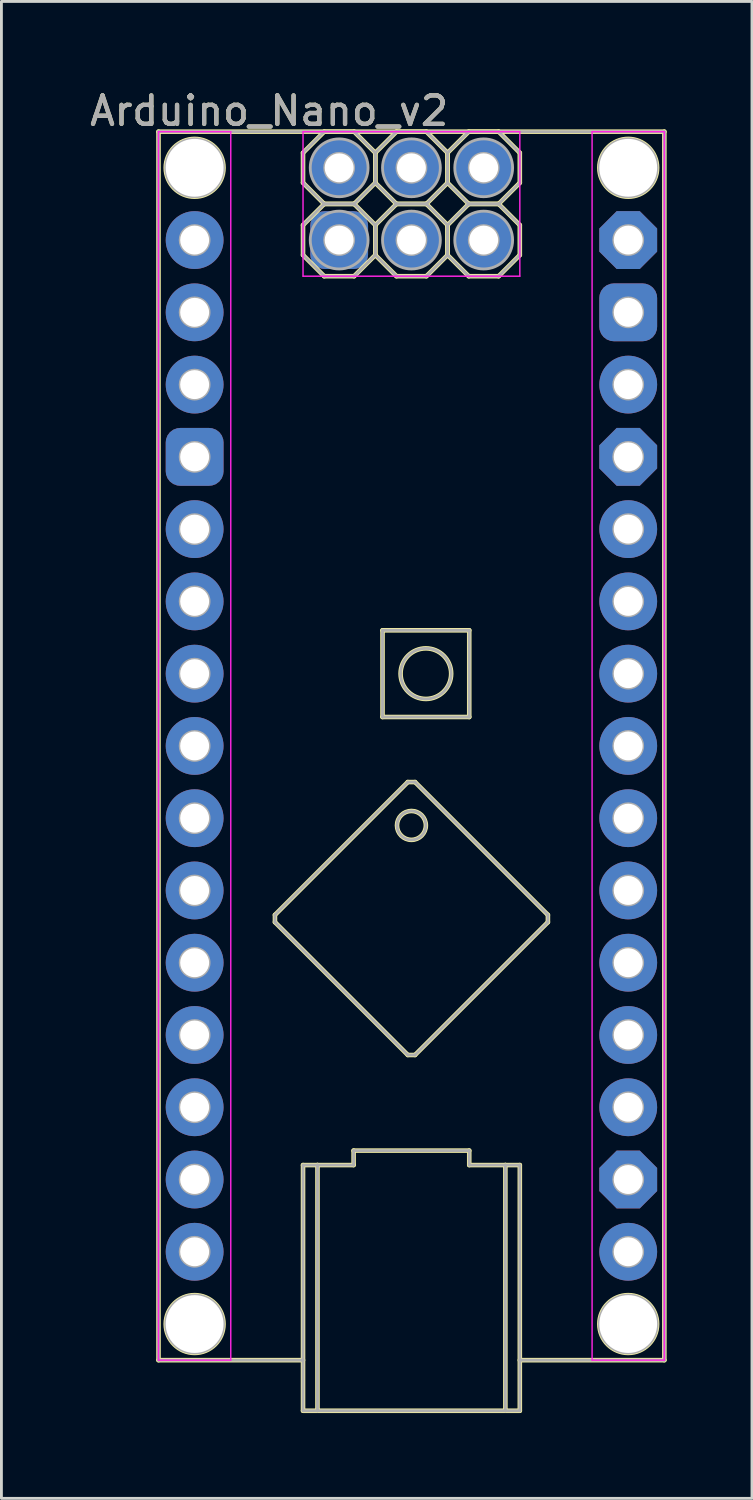
<source format=kicad_pcb>
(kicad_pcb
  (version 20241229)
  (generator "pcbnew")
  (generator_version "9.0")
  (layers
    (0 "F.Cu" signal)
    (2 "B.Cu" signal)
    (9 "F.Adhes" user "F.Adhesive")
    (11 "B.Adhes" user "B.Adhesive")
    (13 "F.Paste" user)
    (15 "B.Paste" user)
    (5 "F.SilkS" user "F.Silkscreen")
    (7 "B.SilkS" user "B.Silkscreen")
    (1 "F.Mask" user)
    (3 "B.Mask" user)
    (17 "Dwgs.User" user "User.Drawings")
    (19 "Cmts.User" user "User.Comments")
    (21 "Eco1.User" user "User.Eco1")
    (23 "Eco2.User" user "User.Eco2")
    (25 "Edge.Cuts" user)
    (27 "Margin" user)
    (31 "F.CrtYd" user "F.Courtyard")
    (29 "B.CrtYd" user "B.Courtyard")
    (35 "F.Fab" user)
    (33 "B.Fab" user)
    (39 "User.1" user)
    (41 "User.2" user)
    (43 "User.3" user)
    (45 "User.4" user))
  (footprint "Arduino_Nano_v2"
    (layer "F.Cu")
    (at 11.411 2.848)
    (property "Reference" "Arduino_Nano_v2" (at -5 -2 0) (layer "F.SilkS") (effects (font (size 1 1) (thickness 0.15))))
    (attr through_hole)
    (fp_line (start -8.89 -1.27) (end -8.89 41.91) (stroke (width 0.16) (type solid)) (layer "F.SilkS"))
    (fp_line (start -8.89 41.91) (end -3.81 41.91) (stroke (width 0.16) (type solid)) (layer "F.SilkS"))
    (fp_line (start -4.797 26.26) (end -0.127 21.59) (stroke (width 0.16) (type solid)) (layer "F.SilkS"))
    (fp_line (start -4.797 26.514) (end -4.797 26.26) (stroke (width 0.16) (type solid)) (layer "F.SilkS"))
    (fp_line (start -3.81 -0.526) (end -3.81 0.526) (stroke (width 0.16) (type solid)) (layer "F.SilkS"))
    (fp_line (start -3.81 0.526) (end -3.066 1.27) (stroke (width 0.16) (type solid)) (layer "F.SilkS"))
    (fp_line (start -3.81 2.014) (end -3.81 3.066) (stroke (width 0.16) (type solid)) (layer "F.SilkS"))
    (fp_line (start -3.81 3.066) (end -3.066 3.81) (stroke (width 0.16) (type solid)) (layer "F.SilkS"))
    (fp_line (start -3.81 35.052) (end -3.81 43.688) (stroke (width 0.16) (type solid)) (layer "F.SilkS"))
    (fp_line (start -3.302 35.052) (end -3.81 35.052) (stroke (width 0.16) (type solid)) (layer "F.SilkS"))
    (fp_line (start -3.302 35.052) (end -3.302 43.688) (stroke (width 0.16) (type solid)) (layer "F.SilkS"))
    (fp_line (start -3.302 35.052) (end -2.032 35.052) (stroke (width 0.16) (type solid)) (layer "F.SilkS"))
    (fp_line (start -3.302 43.688) (end -3.81 43.688) (stroke (width 0.16) (type solid)) (layer "F.SilkS"))
    (fp_line (start -3.066 -1.27) (end -3.81 -0.526) (stroke (width 0.16) (type solid)) (layer "F.SilkS"))
    (fp_line (start -3.066 1.27) (end -3.81 2.014) (stroke (width 0.16) (type solid)) (layer "F.SilkS"))
    (fp_line (start -3.066 1.27) (end -2.014 1.27) (stroke (width 0.16) (type solid)) (layer "F.SilkS"))
    (fp_line (start -3.066 3.81) (end -2.014 3.81) (stroke (width 0.16) (type solid)) (layer "F.SilkS"))
    (fp_line (start -2.032 34.544) (end -2.032 35.052) (stroke (width 0.16) (type solid)) (layer "F.SilkS"))
    (fp_line (start -2.032 34.544) (end 2.032 34.544) (stroke (width 0.16) (type solid)) (layer "F.SilkS"))
    (fp_line (start -2.014 -1.27) (end -3.066 -1.27) (stroke (width 0.16) (type solid)) (layer "F.SilkS"))
    (fp_line (start -2.014 1.27) (end -3.066 1.27) (stroke (width 0.16) (type solid)) (layer "F.SilkS"))
    (fp_line (start -2.014 1.27) (end -1.27 0.526) (stroke (width 0.16) (type solid)) (layer "F.SilkS"))
    (fp_line (start -2.014 3.81) (end -1.27 3.066) (stroke (width 0.16) (type solid)) (layer "F.SilkS"))
    (fp_line (start -1.27 -0.526) (end -2.014 -1.27) (stroke (width 0.16) (type solid)) (layer "F.SilkS"))
    (fp_line (start -1.27 -0.526) (end -1.27 0.526) (stroke (width 0.16) (type solid)) (layer "F.SilkS"))
    (fp_line (start -1.27 0.526) (end -1.27 -0.526) (stroke (width 0.16) (type solid)) (layer "F.SilkS"))
    (fp_line (start -1.27 0.526) (end -0.526 1.27) (stroke (width 0.16) (type solid)) (layer "F.SilkS"))
    (fp_line (start -1.27 2.014) (end -2.014 1.27) (stroke (width 0.16) (type solid)) (layer "F.SilkS"))
    (fp_line (start -1.27 2.014) (end -1.27 3.066) (stroke (width 0.16) (type solid)) (layer "F.SilkS"))
    (fp_line (start -1.27 3.066) (end -1.27 2.014) (stroke (width 0.16) (type solid)) (layer "F.SilkS"))
    (fp_line (start -1.27 3.066) (end -0.526 3.81) (stroke (width 0.16) (type solid)) (layer "F.SilkS"))
    (fp_line (start -1.016 16.256) (end -1.016 19.304) (stroke (width 0.16) (type solid)) (layer "F.SilkS"))
    (fp_line (start -1.016 19.304) (end 2.032 19.304) (stroke (width 0.16) (type solid)) (layer "F.SilkS"))
    (fp_line (start -0.526 -1.27) (end -1.27 -0.526) (stroke (width 0.16) (type solid)) (layer "F.SilkS"))
    (fp_line (start -0.526 1.27) (end -1.27 2.014) (stroke (width 0.16) (type solid)) (layer "F.SilkS"))
    (fp_line (start -0.526 1.27) (end 0.526 1.27) (stroke (width 0.16) (type solid)) (layer "F.SilkS"))
    (fp_line (start -0.526 3.81) (end 0.526 3.81) (stroke (width 0.16) (type solid)) (layer "F.SilkS"))
    (fp_line (start -0.127 21.59) (end 0.127 21.59) (stroke (width 0.16) (type solid)) (layer "F.SilkS"))
    (fp_line (start -0.127 31.183) (end -4.797 26.514) (stroke (width 0.16) (type solid)) (layer "F.SilkS"))
    (fp_line (start 0.127 21.59) (end 4.797 26.26) (stroke (width 0.16) (type solid)) (layer "F.SilkS"))
    (fp_line (start 0.127 31.183) (end -0.127 31.183) (stroke (width 0.16) (type solid)) (layer "F.SilkS"))
    (fp_line (start 0.526 -1.27) (end -0.526 -1.27) (stroke (width 0.16) (type solid)) (layer "F.SilkS"))
    (fp_line (start 0.526 1.27) (end -0.526 1.27) (stroke (width 0.16) (type solid)) (layer "F.SilkS"))
    (fp_line (start 0.526 1.27) (end 1.27 0.526) (stroke (width 0.16) (type solid)) (layer "F.SilkS"))
    (fp_line (start 0.526 3.81) (end 1.27 3.066) (stroke (width 0.16) (type solid)) (layer "F.SilkS"))
    (fp_line (start 1.27 -0.526) (end 0.526 -1.27) (stroke (width 0.16) (type solid)) (layer "F.SilkS"))
    (fp_line (start 1.27 -0.526) (end 1.27 0.526) (stroke (width 0.16) (type solid)) (layer "F.SilkS"))
    (fp_line (start 1.27 0.526) (end 1.27 -0.526) (stroke (width 0.16) (type solid)) (layer "F.SilkS"))
    (fp_line (start 1.27 0.526) (end 2.014 1.27) (stroke (width 0.16) (type solid)) (layer "F.SilkS"))
    (fp_line (start 1.27 2.014) (end 0.526 1.27) (stroke (width 0.16) (type solid)) (layer "F.SilkS"))
    (fp_line (start 1.27 2.014) (end 1.27 3.066) (stroke (width 0.16) (type solid)) (layer "F.SilkS"))
    (fp_line (start 1.27 3.066) (end 1.27 2.014) (stroke (width 0.16) (type solid)) (layer "F.SilkS"))
    (fp_line (start 1.27 3.066) (end 2.014 3.81) (stroke (width 0.16) (type solid)) (layer "F.SilkS"))
    (fp_line (start 2.014 -1.27) (end 1.27 -0.526) (stroke (width 0.16) (type solid)) (layer "F.SilkS"))
    (fp_line (start 2.014 1.27) (end 1.27 2.014) (stroke (width 0.16) (type solid)) (layer "F.SilkS"))
    (fp_line (start 2.014 1.27) (end 3.066 1.27) (stroke (width 0.16) (type solid)) (layer "F.SilkS"))
    (fp_line (start 2.014 3.81) (end 3.066 3.81) (stroke (width 0.16) (type solid)) (layer "F.SilkS"))
    (fp_line (start 2.032 16.256) (end -1.016 16.256) (stroke (width 0.16) (type solid)) (layer "F.SilkS"))
    (fp_line (start 2.032 19.304) (end 2.032 16.256) (stroke (width 0.16) (type solid)) (layer "F.SilkS"))
    (fp_line (start 2.032 34.544) (end 2.032 35.052) (stroke (width 0.16) (type solid)) (layer "F.SilkS"))
    (fp_line (start 3.066 -1.27) (end 2.014 -1.27) (stroke (width 0.16) (type solid)) (layer "F.SilkS"))
    (fp_line (start 3.066 1.27) (end 2.014 1.27) (stroke (width 0.16) (type solid)) (layer "F.SilkS"))
    (fp_line (start 3.066 1.27) (end 3.81 0.526) (stroke (width 0.16) (type solid)) (layer "F.SilkS"))
    (fp_line (start 3.066 3.81) (end 3.81 3.066) (stroke (width 0.16) (type solid)) (layer "F.SilkS"))
    (fp_line (start 3.302 35.052) (end 2.032 35.052) (stroke (width 0.16) (type solid)) (layer "F.SilkS"))
    (fp_line (start 3.302 35.052) (end 3.302 43.688) (stroke (width 0.16) (type solid)) (layer "F.SilkS"))
    (fp_line (start 3.302 35.052) (end 3.81 35.052) (stroke (width 0.16) (type solid)) (layer "F.SilkS"))
    (fp_line (start 3.302 43.688) (end -3.302 43.688) (stroke (width 0.16) (type solid)) (layer "F.SilkS"))
    (fp_line (start 3.81 -0.526) (end 3.066 -1.27) (stroke (width 0.16) (type solid)) (layer "F.SilkS"))
    (fp_line (start 3.81 0.526) (end 3.81 -0.526) (stroke (width 0.16) (type solid)) (layer "F.SilkS"))
    (fp_line (start 3.81 2.014) (end 3.066 1.27) (stroke (width 0.16) (type solid)) (layer "F.SilkS"))
    (fp_line (start 3.81 3.066) (end 3.81 2.014) (stroke (width 0.16) (type solid)) (layer "F.SilkS"))
    (fp_line (start 3.81 35.052) (end 3.81 43.688) (stroke (width 0.16) (type solid)) (layer "F.SilkS"))
    (fp_line (start 3.81 41.91) (end 8.89 41.91) (stroke (width 0.16) (type solid)) (layer "F.SilkS"))
    (fp_line (start 3.81 43.688) (end 3.302 43.688) (stroke (width 0.16) (type solid)) (layer "F.SilkS"))
    (fp_line (start 4.797 26.26) (end 4.797 26.514) (stroke (width 0.16) (type solid)) (layer "F.SilkS"))
    (fp_line (start 4.797 26.514) (end 0.127 31.183) (stroke (width 0.16) (type solid)) (layer "F.SilkS"))
    (fp_line (start 8.89 -1.27) (end -8.89 -1.27) (stroke (width 0.16) (type solid)) (layer "F.SilkS"))
    (fp_line (start 8.89 41.91) (end 8.89 -1.27) (stroke (width 0.16) (type solid)) (layer "F.SilkS"))
    (fp_circle (center -7.62 0) (end -8.636 0) (stroke (width 0.16) (type solid)) (fill no) (layer "F.SilkS"))
    (fp_circle (center -7.62 40.64) (end -8.636 40.64) (stroke (width 0.16) (type solid)) (fill no) (layer "F.SilkS"))
    (fp_circle (center 0 23.114) (end -0.508 23.114) (stroke (width 0.16) (type solid)) (fill no) (layer "F.SilkS"))
    (fp_circle (center 0.508 17.78) (end -0.381 17.78) (stroke (width 0.16) (type solid)) (fill no) (layer "F.SilkS"))
    (fp_circle (center 7.62 0) (end 6.604 0) (stroke (width 0.16) (type solid)) (fill no) (layer "F.SilkS"))
    (fp_circle (center 7.62 40.64) (end 6.604 40.64) (stroke (width 0.16) (type solid)) (fill no) (layer "F.SilkS"))
    (fp_line (start -8.89 -1.27) (end -8.89 41.91) (stroke (width 0.05) (type solid)) (layer "F.CrtYd"))
    (fp_line (start -8.89 41.91) (end -6.35 41.91) (stroke (width 0.05) (type solid)) (layer "F.CrtYd"))
    (fp_line (start -6.35 -1.27) (end -8.89 -1.27) (stroke (width 0.05) (type default)) (layer "F.CrtYd"))
    (fp_line (start -6.35 -1.27) (end -6.35 41.91) (stroke (width 0.05) (type default)) (layer "F.CrtYd"))
    (fp_line (start -3.81 3.81) (end -3.81 -1.27) (stroke (width 0.05) (type default)) (layer "F.CrtYd"))
    (fp_line (start 3.81 -1.27) (end -3.81 -1.27) (stroke (width 0.05) (type solid)) (layer "F.CrtYd"))
    (fp_line (start 3.81 -1.27) (end 3.81 3.81) (stroke (width 0.05) (type default)) (layer "F.CrtYd"))
    (fp_line (start 3.81 3.81) (end -3.81 3.81) (stroke (width 0.05) (type default)) (layer "F.CrtYd"))
    (fp_line (start 6.35 -1.27) (end 8.89 -1.27) (stroke (width 0.05) (type default)) (layer "F.CrtYd"))
    (fp_line (start 6.35 41.91) (end 6.35 -1.27) (stroke (width 0.05) (type default)) (layer "F.CrtYd"))
    (fp_line (start 6.35 41.91) (end 8.89 41.91) (stroke (width 0.05) (type solid)) (layer "F.CrtYd"))
    (fp_line (start 8.89 41.91) (end 8.89 -1.27) (stroke (width 0.05) (type solid)) (layer "F.CrtYd"))
    (fp_line (start -8.89 -1.27) (end -8.89 41.91) (stroke (width 0.1) (type solid)) (layer "F.Fab"))
    (fp_line (start -8.89 41.91) (end -3.81 41.91) (stroke (width 0.1) (type solid)) (layer "F.Fab"))
    (fp_line (start -4.797 26.26) (end -0.127 21.59) (stroke (width 0.1) (type solid)) (layer "F.Fab"))
    (fp_line (start -4.797 26.514) (end -4.797 26.26) (stroke (width 0.1) (type solid)) (layer "F.Fab"))
    (fp_line (start -3.81 -0.526) (end -3.81 0.526) (stroke (width 0.1) (type solid)) (layer "F.Fab"))
    (fp_line (start -3.81 0.526) (end -3.066 1.27) (stroke (width 0.1) (type solid)) (layer "F.Fab"))
    (fp_line (start -3.81 2.014) (end -3.81 3.066) (stroke (width 0.1) (type solid)) (layer "F.Fab"))
    (fp_line (start -3.81 3.066) (end -3.066 3.81) (stroke (width 0.1) (type solid)) (layer "F.Fab"))
    (fp_line (start -3.81 35.052) (end -3.81 43.688) (stroke (width 0.1) (type solid)) (layer "F.Fab"))
    (fp_line (start -3.302 35.052) (end -3.81 35.052) (stroke (width 0.1) (type solid)) (layer "F.Fab"))
    (fp_line (start -3.302 35.052) (end -3.302 43.688) (stroke (width 0.1) (type solid)) (layer "F.Fab"))
    (fp_line (start -3.302 35.052) (end -2.032 35.052) (stroke (width 0.1) (type solid)) (layer "F.Fab"))
    (fp_line (start -3.302 43.688) (end -3.81 43.688) (stroke (width 0.1) (type solid)) (layer "F.Fab"))
    (fp_line (start -3.066 -1.27) (end -3.81 -0.526) (stroke (width 0.1) (type solid)) (layer "F.Fab"))
    (fp_line (start -3.066 1.27) (end -3.81 2.014) (stroke (width 0.1) (type solid)) (layer "F.Fab"))
    (fp_line (start -3.066 1.27) (end -2.014 1.27) (stroke (width 0.1) (type solid)) (layer "F.Fab"))
    (fp_line (start -3.066 3.81) (end -2.014 3.81) (stroke (width 0.1) (type solid)) (layer "F.Fab"))
    (fp_line (start -2.032 34.544) (end -2.032 35.052) (stroke (width 0.1) (type solid)) (layer "F.Fab"))
    (fp_line (start -2.032 34.544) (end 2.032 34.544) (stroke (width 0.1) (type solid)) (layer "F.Fab"))
    (fp_line (start -2.014 -1.27) (end -3.066 -1.27) (stroke (width 0.1) (type solid)) (layer "F.Fab"))
    (fp_line (start -2.014 1.27) (end -3.066 1.27) (stroke (width 0.1) (type solid)) (layer "F.Fab"))
    (fp_line (start -2.014 1.27) (end -1.27 0.526) (stroke (width 0.1) (type solid)) (layer "F.Fab"))
    (fp_line (start -2.014 3.81) (end -1.27 3.066) (stroke (width 0.1) (type solid)) (layer "F.Fab"))
    (fp_line (start -1.27 -0.526) (end -2.014 -1.27) (stroke (width 0.1) (type solid)) (layer "F.Fab"))
    (fp_line (start -1.27 -0.526) (end -1.27 0.526) (stroke (width 0.1) (type solid)) (layer "F.Fab"))
    (fp_line (start -1.27 0.526) (end -1.27 -0.526) (stroke (width 0.1) (type solid)) (layer "F.Fab"))
    (fp_line (start -1.27 0.526) (end -0.526 1.27) (stroke (width 0.1) (type solid)) (layer "F.Fab"))
    (fp_line (start -1.27 2.014) (end -2.014 1.27) (stroke (width 0.1) (type solid)) (layer "F.Fab"))
    (fp_line (start -1.27 2.014) (end -1.27 3.066) (stroke (width 0.1) (type solid)) (layer "F.Fab"))
    (fp_line (start -1.27 3.066) (end -1.27 2.014) (stroke (width 0.1) (type solid)) (layer "F.Fab"))
    (fp_line (start -1.27 3.066) (end -0.526 3.81) (stroke (width 0.1) (type solid)) (layer "F.Fab"))
    (fp_line (start -1.016 16.256) (end -1.016 19.304) (stroke (width 0.1) (type solid)) (layer "F.Fab"))
    (fp_line (start -1.016 19.304) (end 2.032 19.304) (stroke (width 0.1) (type solid)) (layer "F.Fab"))
    (fp_line (start -0.526 -1.27) (end -1.27 -0.526) (stroke (width 0.1) (type solid)) (layer "F.Fab"))
    (fp_line (start -0.526 1.27) (end -1.27 2.014) (stroke (width 0.1) (type solid)) (layer "F.Fab"))
    (fp_line (start -0.526 1.27) (end 0.526 1.27) (stroke (width 0.1) (type solid)) (layer "F.Fab"))
    (fp_line (start -0.526 3.81) (end 0.526 3.81) (stroke (width 0.1) (type solid)) (layer "F.Fab"))
    (fp_line (start -0.127 21.59) (end 0.127 21.59) (stroke (width 0.1) (type solid)) (layer "F.Fab"))
    (fp_line (start -0.127 31.183) (end -4.797 26.514) (stroke (width 0.1) (type solid)) (layer "F.Fab"))
    (fp_line (start 0.127 21.59) (end 4.797 26.26) (stroke (width 0.1) (type solid)) (layer "F.Fab"))
    (fp_line (start 0.127 31.183) (end -0.127 31.183) (stroke (width 0.1) (type solid)) (layer "F.Fab"))
    (fp_line (start 0.526 -1.27) (end -0.526 -1.27) (stroke (width 0.1) (type solid)) (layer "F.Fab"))
    (fp_line (start 0.526 1.27) (end -0.526 1.27) (stroke (width 0.1) (type solid)) (layer "F.Fab"))
    (fp_line (start 0.526 1.27) (end 1.27 0.526) (stroke (width 0.1) (type solid)) (layer "F.Fab"))
    (fp_line (start 0.526 3.81) (end 1.27 3.066) (stroke (width 0.1) (type solid)) (layer "F.Fab"))
    (fp_line (start 1.27 -0.526) (end 0.526 -1.27) (stroke (width 0.1) (type solid)) (layer "F.Fab"))
    (fp_line (start 1.27 -0.526) (end 1.27 0.526) (stroke (width 0.1) (type solid)) (layer "F.Fab"))
    (fp_line (start 1.27 0.526) (end 1.27 -0.526) (stroke (width 0.1) (type solid)) (layer "F.Fab"))
    (fp_line (start 1.27 0.526) (end 2.014 1.27) (stroke (width 0.1) (type solid)) (layer "F.Fab"))
    (fp_line (start 1.27 2.014) (end 0.526 1.27) (stroke (width 0.1) (type solid)) (layer "F.Fab"))
    (fp_line (start 1.27 2.014) (end 1.27 3.066) (stroke (width 0.1) (type solid)) (layer "F.Fab"))
    (fp_line (start 1.27 3.066) (end 1.27 2.014) (stroke (width 0.1) (type solid)) (layer "F.Fab"))
    (fp_line (start 1.27 3.066) (end 2.014 3.81) (stroke (width 0.1) (type solid)) (layer "F.Fab"))
    (fp_line (start 2.014 -1.27) (end 1.27 -0.526) (stroke (width 0.1) (type solid)) (layer "F.Fab"))
    (fp_line (start 2.014 1.27) (end 1.27 2.014) (stroke (width 0.1) (type solid)) (layer "F.Fab"))
    (fp_line (start 2.014 1.27) (end 3.066 1.27) (stroke (width 0.1) (type solid)) (layer "F.Fab"))
    (fp_line (start 2.014 3.81) (end 3.066 3.81) (stroke (width 0.1) (type solid)) (layer "F.Fab"))
    (fp_line (start 2.032 16.256) (end -1.016 16.256) (stroke (width 0.1) (type solid)) (layer "F.Fab"))
    (fp_line (start 2.032 19.304) (end 2.032 16.256) (stroke (width 0.1) (type solid)) (layer "F.Fab"))
    (fp_line (start 2.032 34.544) (end 2.032 35.052) (stroke (width 0.1) (type solid)) (layer "F.Fab"))
    (fp_line (start 3.066 -1.27) (end 2.014 -1.27) (stroke (width 0.1) (type solid)) (layer "F.Fab"))
    (fp_line (start 3.066 1.27) (end 2.014 1.27) (stroke (width 0.1) (type solid)) (layer "F.Fab"))
    (fp_line (start 3.066 1.27) (end 3.81 0.526) (stroke (width 0.1) (type solid)) (layer "F.Fab"))
    (fp_line (start 3.066 3.81) (end 3.81 3.066) (stroke (width 0.1) (type solid)) (layer "F.Fab"))
    (fp_line (start 3.302 35.052) (end 2.032 35.052) (stroke (width 0.1) (type solid)) (layer "F.Fab"))
    (fp_line (start 3.302 35.052) (end 3.302 43.688) (stroke (width 0.1) (type solid)) (layer "F.Fab"))
    (fp_line (start 3.302 35.052) (end 3.81 35.052) (stroke (width 0.1) (type solid)) (layer "F.Fab"))
    (fp_line (start 3.302 43.688) (end -3.302 43.688) (stroke (width 0.1) (type solid)) (layer "F.Fab"))
    (fp_line (start 3.81 -0.526) (end 3.066 -1.27) (stroke (width 0.1) (type solid)) (layer "F.Fab"))
    (fp_line (start 3.81 0.526) (end 3.81 -0.526) (stroke (width 0.1) (type solid)) (layer "F.Fab"))
    (fp_line (start 3.81 2.014) (end 3.066 1.27) (stroke (width 0.1) (type solid)) (layer "F.Fab"))
    (fp_line (start 3.81 3.066) (end 3.81 2.014) (stroke (width 0.1) (type solid)) (layer "F.Fab"))
    (fp_line (start 3.81 35.052) (end 3.81 43.688) (stroke (width 0.1) (type solid)) (layer "F.Fab"))
    (fp_line (start 3.81 41.91) (end 8.89 41.91) (stroke (width 0.1) (type solid)) (layer "F.Fab"))
    (fp_line (start 3.81 43.688) (end 3.302 43.688) (stroke (width 0.1) (type solid)) (layer "F.Fab"))
    (fp_line (start 4.797 26.26) (end 4.797 26.514) (stroke (width 0.1) (type solid)) (layer "F.Fab"))
    (fp_line (start 4.797 26.514) (end 0.127 31.183) (stroke (width 0.1) (type solid)) (layer "F.Fab"))
    (fp_line (start 8.89 -1.27) (end -8.89 -1.27) (stroke (width 0.1) (type solid)) (layer "F.Fab"))
    (fp_line (start 8.89 41.91) (end 8.89 -1.27) (stroke (width 0.1) (type solid)) (layer "F.Fab"))
    (fp_circle (center -7.62 0) (end -8.636 0) (stroke (width 0.1) (type solid)) (fill no) (layer "F.Fab"))
    (fp_circle (center -7.62 2.54) (end -8.128 2.54) (stroke (width 0.1) (type solid)) (fill no) (layer "F.Fab"))
    (fp_circle (center -7.62 5.08) (end -8.128 5.08) (stroke (width 0.1) (type solid)) (fill no) (layer "F.Fab"))
    (fp_circle (center -7.62 7.62) (end -8.128 7.62) (stroke (width 0.1) (type solid)) (fill no) (layer "F.Fab"))
    (fp_circle (center -7.62 10.16) (end -8.128 10.16) (stroke (width 0.1) (type solid)) (fill no) (layer "F.Fab"))
    (fp_circle (center -7.62 12.7) (end -8.128 12.7) (stroke (width 0.1) (type solid)) (fill no) (layer "F.Fab"))
    (fp_circle (center -7.62 15.24) (end -8.128 15.24) (stroke (width 0.1) (type solid)) (fill no) (layer "F.Fab"))
    (fp_circle (center -7.62 17.78) (end -8.128 17.78) (stroke (width 0.1) (type solid)) (fill no) (layer "F.Fab"))
    (fp_circle (center -7.62 20.32) (end -8.128 20.32) (stroke (width 0.1) (type solid)) (fill no) (layer "F.Fab"))
    (fp_circle (center -7.62 22.86) (end -8.128 22.86) (stroke (width 0.1) (type solid)) (fill no) (layer "F.Fab"))
    (fp_circle (center -7.62 25.4) (end -8.128 25.4) (stroke (width 0.1) (type solid)) (fill no) (layer "F.Fab"))
    (fp_circle (center -7.62 27.94) (end -8.128 27.94) (stroke (width 0.1) (type solid)) (fill no) (layer "F.Fab"))
    (fp_circle (center -7.62 30.48) (end -8.128 30.48) (stroke (width 0.1) (type solid)) (fill no) (layer "F.Fab"))
    (fp_circle (center -7.62 33.02) (end -8.128 33.02) (stroke (width 0.1) (type solid)) (fill no) (layer "F.Fab"))
    (fp_circle (center -7.62 35.56) (end -8.128 35.56) (stroke (width 0.1) (type solid)) (fill no) (layer "F.Fab"))
    (fp_circle (center -7.62 38.1) (end -8.128 38.1) (stroke (width 0.1) (type solid)) (fill no) (layer "F.Fab"))
    (fp_circle (center -7.62 40.64) (end -8.636 40.64) (stroke (width 0.1) (type solid)) (fill no) (layer "F.Fab"))
    (fp_circle (center -2.54 0) (end -3.556 0) (stroke (width 0.1) (type solid)) (fill no) (layer "F.Fab"))
    (fp_circle (center -2.54 0) (end -3.048 0) (stroke (width 0.1) (type solid)) (fill no) (layer "F.Fab"))
    (fp_circle (center -2.54 2.54) (end -3.556 2.54) (stroke (width 0.1) (type solid)) (fill no) (layer "F.Fab"))
    (fp_circle (center -2.54 2.54) (end -3.048 2.54) (stroke (width 0.1) (type solid)) (fill no) (layer "F.Fab"))
    (fp_circle (center 0 0) (end -1.016 0) (stroke (width 0.1) (type solid)) (fill no) (layer "F.Fab"))
    (fp_circle (center 0 0) (end -0.508 0) (stroke (width 0.1) (type solid)) (fill no) (layer "F.Fab"))
    (fp_circle (center 0 2.54) (end -1.016 2.54) (stroke (width 0.1) (type solid)) (fill no) (layer "F.Fab"))
    (fp_circle (center 0 2.54) (end -0.508 2.54) (stroke (width 0.1) (type solid)) (fill no) (layer "F.Fab"))
    (fp_circle (center 0 23.114) (end -0.508 23.114) (stroke (width 0.1) (type solid)) (fill no) (layer "F.Fab"))
    (fp_circle (center 0.508 17.78) (end -0.381 17.78) (stroke (width 0.1) (type solid)) (fill no) (layer "F.Fab"))
    (fp_circle (center 2.54 0) (end 1.524 0) (stroke (width 0.1) (type solid)) (fill no) (layer "F.Fab"))
    (fp_circle (center 2.54 0) (end 2.032 0) (stroke (width 0.1) (type solid)) (fill no) (layer "F.Fab"))
    (fp_circle (center 2.54 2.54) (end 1.524 2.54) (stroke (width 0.1) (type solid)) (fill no) (layer "F.Fab"))
    (fp_circle (center 2.54 2.54) (end 2.032 2.54) (stroke (width 0.1) (type solid)) (fill no) (layer "F.Fab"))
    (fp_circle (center 7.62 0) (end 6.604 0) (stroke (width 0.1) (type solid)) (fill no) (layer "F.Fab"))
    (fp_circle (center 7.62 2.54) (end 7.112 2.54) (stroke (width 0.1) (type solid)) (fill no) (layer "F.Fab"))
    (fp_circle (center 7.62 5.08) (end 7.112 5.08) (stroke (width 0.1) (type solid)) (fill no) (layer "F.Fab"))
    (fp_circle (center 7.62 7.62) (end 7.112 7.62) (stroke (width 0.1) (type solid)) (fill no) (layer "F.Fab"))
    (fp_circle (center 7.62 10.16) (end 7.112 10.16) (stroke (width 0.1) (type solid)) (fill no) (layer "F.Fab"))
    (fp_circle (center 7.62 12.7) (end 7.112 12.7) (stroke (width 0.1) (type solid)) (fill no) (layer "F.Fab"))
    (fp_circle (center 7.62 15.24) (end 7.112 15.24) (stroke (width 0.1) (type solid)) (fill no) (layer "F.Fab"))
    (fp_circle (center 7.62 17.78) (end 7.112 17.78) (stroke (width 0.1) (type solid)) (fill no) (layer "F.Fab"))
    (fp_circle (center 7.62 20.32) (end 7.112 20.32) (stroke (width 0.1) (type solid)) (fill no) (layer "F.Fab"))
    (fp_circle (center 7.62 22.86) (end 7.112 22.86) (stroke (width 0.1) (type solid)) (fill no) (layer "F.Fab"))
    (fp_circle (center 7.62 25.4) (end 7.112 25.4) (stroke (width 0.1) (type solid)) (fill no) (layer "F.Fab"))
    (fp_circle (center 7.62 27.94) (end 7.112 27.94) (stroke (width 0.1) (type solid)) (fill no) (layer "F.Fab"))
    (fp_circle (center 7.62 30.48) (end 7.112 30.48) (stroke (width 0.1) (type solid)) (fill no) (layer "F.Fab"))
    (fp_circle (center 7.62 33.02) (end 7.112 33.02) (stroke (width 0.1) (type solid)) (fill no) (layer "F.Fab"))
    (fp_circle (center 7.62 35.56) (end 7.112 35.56) (stroke (width 0.1) (type solid)) (fill no) (layer "F.Fab"))
    (fp_circle (center 7.62 38.1) (end 7.112 38.1) (stroke (width 0.1) (type solid)) (fill no) (layer "F.Fab"))
    (fp_circle (center 7.62 40.64) (end 6.604 40.64) (stroke (width 0.1) (type solid)) (fill no) (layer "F.Fab"))
    (fp_text user "${REFERENCE}" (at -5 -2 0) (layer "F.Fab") (effects (font (size 1 1) (thickness 0.15))))
    (pad "" np_thru_hole circle (at -7.62 0) (size 2.032 2.032) (drill 2.032) (layers "*.Cu" "*.Mask"))
    (pad "" np_thru_hole circle (at -7.62 40.64) (size 2.032 2.032) (drill 2.032) (layers "*.Cu" "*.Mask"))
    (pad "" np_thru_hole circle (at 7.62 0) (size 2.032 2.032) (drill 2.032) (layers "*.Cu" "*.Mask"))
    (pad "" np_thru_hole circle (at 7.62 40.64) (size 2.032 2.032) (drill 2.032) (layers "*.Cu" "*.Mask"))
    (pad "3V3" thru_hole roundrect (at 7.62 35.56) (size 2.032 2.032) (drill 1.016) (layers "*.Cu" "*.Mask") (roundrect_rratio 0) (chamfer_ratio 0.3) (chamfer top_left top_right bottom_left bottom_right))
    (pad "5V" thru_hole circle (at 2.54 2.54) (size 2.032 2.032) (drill 1.016) (layers "*.Cu" "*.Mask"))
    (pad "5V" thru_hole roundrect (at 7.62 10.16) (size 2.032 2.032) (drill 1.016) (layers "*.Cu" "*.Mask") (roundrect_rratio 0) (chamfer_ratio 0.3) (chamfer top_left top_right bottom_left bottom_right))
    (pad "A0" thru_hole circle (at 7.62 30.48) (size 2.032 2.032) (drill 1.016) (layers "*.Cu" "*.Mask"))
    (pad "A1" thru_hole circle (at 7.62 27.94) (size 2.032 2.032) (drill 1.016) (layers "*.Cu" "*.Mask"))
    (pad "A2" thru_hole circle (at 7.62 25.4) (size 2.032 2.032) (drill 1.016) (layers "*.Cu" "*.Mask"))
    (pad "A3" thru_hole circle (at 7.62 22.86) (size 2.032 2.032) (drill 1.016) (layers "*.Cu" "*.Mask"))
    (pad "A4" thru_hole circle (at 7.62 20.32) (size 2.032 2.032) (drill 1.016) (layers "*.Cu" "*.Mask"))
    (pad "A5" thru_hole circle (at 7.62 17.78) (size 2.032 2.032) (drill 1.016) (layers "*.Cu" "*.Mask"))
    (pad "A6" thru_hole circle (at 7.62 15.24) (size 2.032 2.032) (drill 1.016) (layers "*.Cu" "*.Mask"))
    (pad "A7" thru_hole circle (at 7.62 12.7) (size 2.032 2.032) (drill 1.016) (layers "*.Cu" "*.Mask"))
    (pad "AREF" thru_hole circle (at 7.62 33.02) (size 2.032 2.032) (drill 1.016) (layers "*.Cu" "*.Mask"))
    (pad "D0" thru_hole circle (at -7.62 5.08) (size 2.032 2.032) (drill 1.016) (layers "*.Cu" "*.Mask"))
    (pad "D1" thru_hole circle (at -7.62 2.54) (size 2.032 2.032) (drill 1.016) (layers "*.Cu" "*.Mask"))
    (pad "D2" thru_hole circle (at -7.62 12.7) (size 2.032 2.032) (drill 1.016) (layers "*.Cu" "*.Mask"))
    (pad "D3" thru_hole circle (at -7.62 15.24) (size 2.032 2.032) (drill 1.016) (layers "*.Cu" "*.Mask"))
    (pad "D4" thru_hole circle (at -7.62 17.78) (size 2.032 2.032) (drill 1.016) (layers "*.Cu" "*.Mask"))
    (pad "D5" thru_hole circle (at -7.62 20.32) (size 2.032 2.032) (drill 1.016) (layers "*.Cu" "*.Mask"))
    (pad "D6" thru_hole circle (at -7.62 22.86) (size 2.032 2.032) (drill 1.016) (layers "*.Cu" "*.Mask"))
    (pad "D7" thru_hole circle (at -7.62 25.4) (size 2.032 2.032) (drill 1.016) (layers "*.Cu" "*.Mask"))
    (pad "D8" thru_hole circle (at -7.62 27.94) (size 2.032 2.032) (drill 1.016) (layers "*.Cu" "*.Mask"))
    (pad "D9" thru_hole circle (at -7.62 30.48) (size 2.032 2.032) (drill 1.016) (layers "*.Cu" "*.Mask"))
    (pad "D10" thru_hole circle (at -7.62 33.02) (size 2.032 2.032) (drill 1.016) (layers "*.Cu" "*.Mask"))
    (pad "D11" thru_hole circle (at -7.62 35.56) (size 2.032 2.032) (drill 1.016) (layers "*.Cu" "*.Mask"))
    (pad "D11" thru_hole circle (at 0 2.54) (size 2.032 2.032) (drill 1.016) (layers "*.Cu" "*.Mask"))
    (pad "D12" thru_hole circle (at -7.62 38.1) (size 2.032 2.032) (drill 1.016) (layers "*.Cu" "*.Mask"))
    (pad "D12" thru_hole circle (at 2.54 0) (size 2.032 2.032) (drill 1.016) (layers "*.Cu" "*.Mask"))
    (pad "D13" thru_hole circle (at 0 0) (size 2.032 2.032) (drill 1.016) (layers "*.Cu" "*.Mask"))
    (pad "D13" thru_hole circle (at 7.62 38.1) (size 2.032 2.032) (drill 1.016) (layers "*.Cu" "*.Mask"))
    (pad "GND1" thru_hole roundrect (at -7.62 10.16) (size 2.032 2.032) (drill 1.016) (layers "*.Cu" "*.Mask") (roundrect_rratio 0.25))
    (pad "GND1" thru_hole roundrect (at -2.54 2.54) (size 2.032 2.032) (drill 1.016) (layers "*.Cu" "*.Mask") (roundrect_rratio 0.25))
    (pad "GND2" thru_hole roundrect (at 7.62 5.08) (size 2.032 2.032) (drill 1.016) (layers "*.Cu" "*.Mask") (roundrect_rratio 0.25))
    (pad "RST1" thru_hole circle (at -7.62 7.62) (size 2.032 2.032) (drill 1.016) (layers "*.Cu" "*.Mask"))
    (pad "RST1" thru_hole circle (at -2.54 0) (size 2.032 2.032) (drill 1.016) (layers "*.Cu" "*.Mask"))
    (pad "RST2" thru_hole circle (at 7.62 7.62) (size 2.032 2.032) (drill 1.016) (layers "*.Cu" "*.Mask"))
    (pad "VIN" thru_hole roundrect (at 7.62 2.54) (size 2.032 2.032) (drill 1.016) (layers "*.Cu" "*.Mask") (roundrect_rratio 0.35) (chamfer_ratio 0.3) (chamfer top_left top_right bottom_left bottom_right)))
  (gr_rect
    (start -3 -3)
    (end 23.381 49.616)
    (stroke (width 0.1) (type default))
    (fill no)
    (layer "Edge.Cuts")))
</source>
